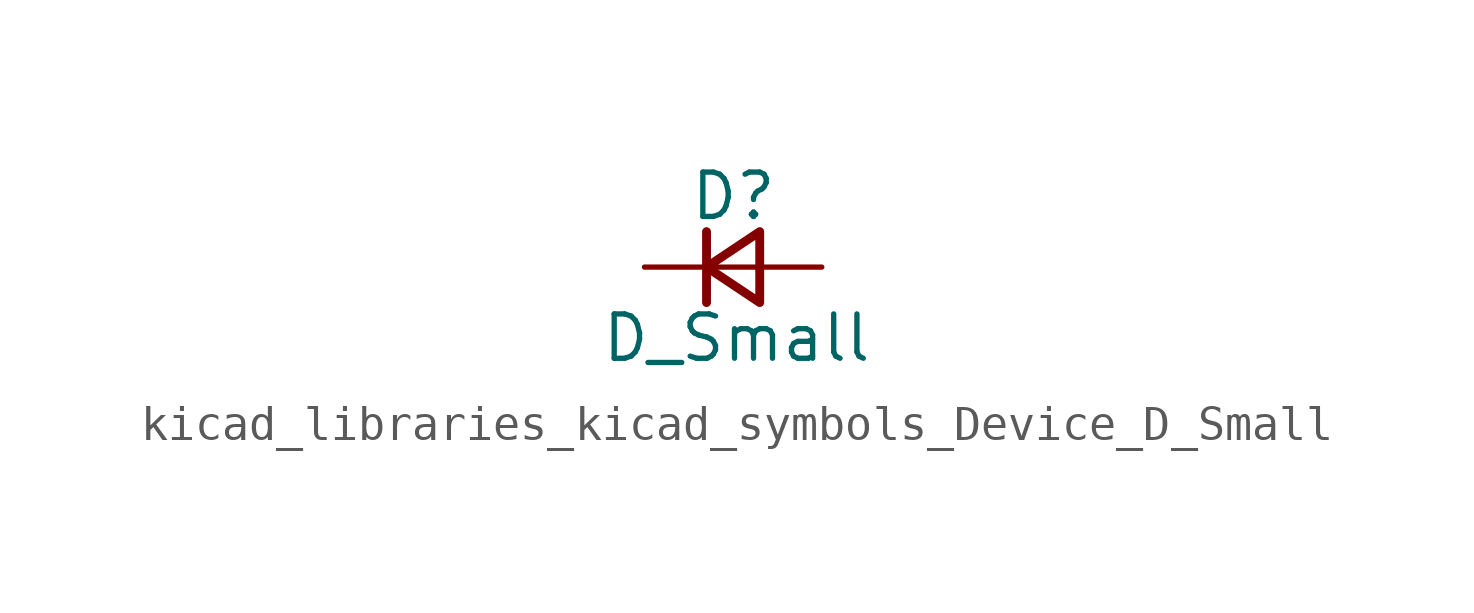
<source format=kicad_sym>
(kicad_symbol_lib
  (version 20220914)
  (generator kicad_symbol_editor)
  (symbol "kicad_libraries_kicad_symbols_Device_D_Small"
    (pin_numbers hide)
    (pin_names
      (offset 0.254) hide)
    (property "Reference" "D"
      (at -1.27 2.032 0)
      (effects (font (size 1.27 1.27)) (justify left)))
    (property "Value" "D_Small"
      (at -3.81 -2.032 0)
      (effects (font (size 1.27 1.27)) (justify left)))
    (symbol "kicad_libraries_kicad_symbols_Device_D_Small_0_1"
      (polyline (pts (xy -0.762 -1.016) (xy -0.762 1.016)) (stroke (width 0.254) (type default)) (fill (type none)))
      (polyline (pts (xy -0.762 0) (xy 0.762 0)) (stroke (width 0) (type default)) (fill (type none)))
      (polyline (pts (xy 0.762 -1.016) (xy -0.762 0) (xy 0.762 1.016) (xy 0.762 -1.016)) (stroke (width 0.254) (type default)) (fill (type none))))
    (symbol "kicad_libraries_kicad_symbols_Device_D_Small_1_1"
      (pin passive line (at -2.54 0 0) (length 1.778) (name "K" (effects (font (size 1.27 1.27)))) (number "1" (effects (font (size 1.27 1.27)))))
      (pin passive line (at 2.54 0 180) (length 1.778) (name "A" (effects (font (size 1.27 1.27)))) (number "2" (effects (font (size 1.27 1.27))))))))
</source>
